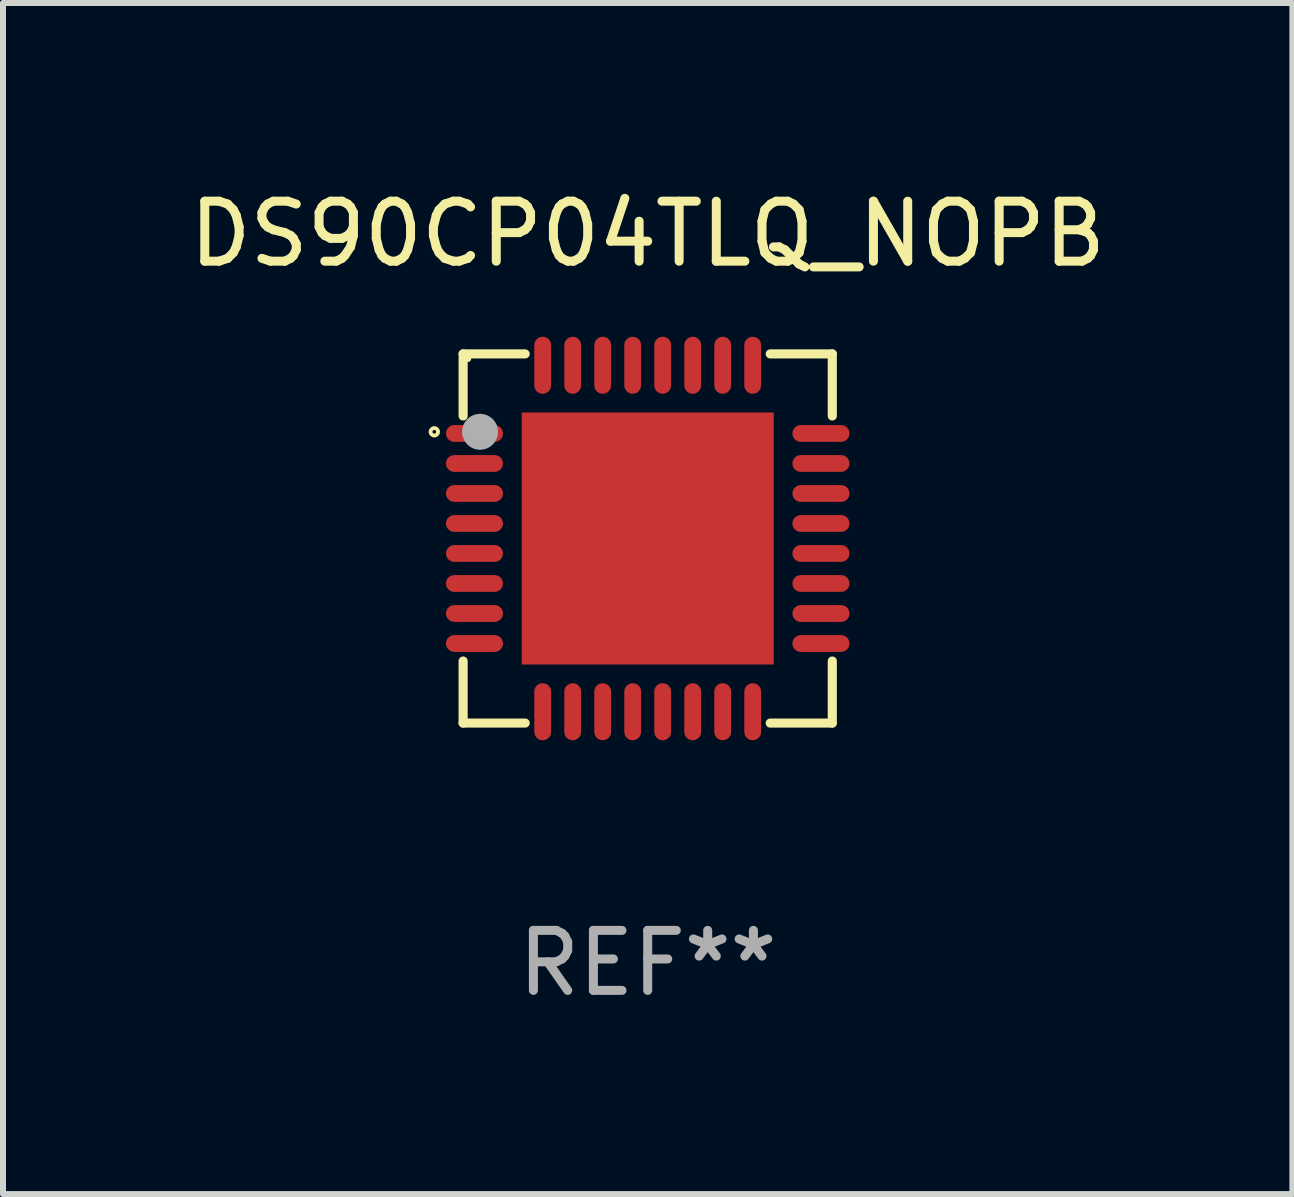
<source format=kicad_pcb>
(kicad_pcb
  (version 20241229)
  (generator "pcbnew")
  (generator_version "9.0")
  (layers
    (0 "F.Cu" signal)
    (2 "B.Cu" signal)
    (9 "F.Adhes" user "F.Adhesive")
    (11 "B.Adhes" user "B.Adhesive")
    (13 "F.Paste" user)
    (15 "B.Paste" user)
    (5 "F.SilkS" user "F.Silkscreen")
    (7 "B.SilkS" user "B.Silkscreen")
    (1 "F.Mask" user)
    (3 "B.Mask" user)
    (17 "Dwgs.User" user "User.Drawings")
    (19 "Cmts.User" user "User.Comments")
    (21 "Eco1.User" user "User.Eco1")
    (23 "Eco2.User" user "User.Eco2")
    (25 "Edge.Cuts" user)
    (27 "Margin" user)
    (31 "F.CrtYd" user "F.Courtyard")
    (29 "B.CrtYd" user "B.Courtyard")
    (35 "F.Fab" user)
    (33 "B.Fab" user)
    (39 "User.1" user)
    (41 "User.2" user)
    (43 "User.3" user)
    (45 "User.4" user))
  (footprint "DS90CP04TLQ_NOPB"
    (layer "F.Cu")
    (at 7.744 5.924)
    (property "Reference" "DS90CP04TLQ_NOPB" (at 0 -5.076 0) (layer "F.SilkS") (effects (font (size 1 1) (thickness 0.15))))
    (attr through_hole)
    (fp_line (start -3.076 -3.076) (end -2.042 -3.076) (stroke (width 0.152) (type solid)) (layer "F.SilkS"))
    (fp_line (start -3.076 -2.042) (end -3.076 -3.076) (stroke (width 0.152) (type solid)) (layer "F.SilkS"))
    (fp_line (start -3.076 2.042) (end -3.076 3.076) (stroke (width 0.152) (type solid)) (layer "F.SilkS"))
    (fp_line (start -3.076 3.076) (end -2.042 3.076) (stroke (width 0.152) (type solid)) (layer "F.SilkS"))
    (fp_line (start 3.076 -3.076) (end 2.042 -3.076) (stroke (width 0.152) (type solid)) (layer "F.SilkS"))
    (fp_line (start 3.076 -2.042) (end 3.076 -3.076) (stroke (width 0.152) (type solid)) (layer "F.SilkS"))
    (fp_line (start 3.076 2.042) (end 3.076 3.076) (stroke (width 0.152) (type solid)) (layer "F.SilkS"))
    (fp_line (start 3.076 3.076) (end 2.042 3.076) (stroke (width 0.152) (type solid)) (layer "F.SilkS"))
    (fp_circle (center -3.556 -1.778) (end -3.525 -1.778) (stroke (width 0.063) (type solid)) (fill no) (layer "F.SilkS"))
    (fp_circle (center -3 -3) (end -2.97 -3) (stroke (width 0.06) (type solid)) (fill no) (layer "F.SilkS"))
    (fp_circle (center -2.794 -1.778) (end -2.644 -1.778) (stroke (width 0.3) (type solid)) (fill no) (layer "F.Fab"))
    (fp_text user "REF**" (at 0 7.076 0) (layer "F.Fab") (effects (font (size 1 1) (thickness 0.15))))
    (pad "1" smd oval (at -2.887 -1.75) (size 0.95 0.28) (layers "F.Cu" "F.Mask" "F.Paste"))
    (pad "2" smd oval (at -2.887 -1.25) (size 0.95 0.28) (layers "F.Cu" "F.Mask" "F.Paste"))
    (pad "3" smd oval (at -2.887 -0.75) (size 0.95 0.28) (layers "F.Cu" "F.Mask" "F.Paste"))
    (pad "4" smd oval (at -2.887 -0.25) (size 0.95 0.28) (layers "F.Cu" "F.Mask" "F.Paste"))
    (pad "5" smd oval (at -2.887 0.25) (size 0.95 0.28) (layers "F.Cu" "F.Mask" "F.Paste"))
    (pad "6" smd oval (at -2.887 0.75) (size 0.95 0.28) (layers "F.Cu" "F.Mask" "F.Paste"))
    (pad "7" smd oval (at -2.887 1.25) (size 0.95 0.28) (layers "F.Cu" "F.Mask" "F.Paste"))
    (pad "8" smd oval (at -2.887 1.75) (size 0.95 0.28) (layers "F.Cu" "F.Mask" "F.Paste"))
    (pad "9" smd oval (at -1.75 2.887) (size 0.28 0.95) (layers "F.Cu" "F.Mask" "F.Paste"))
    (pad "10" smd oval (at -1.25 2.887) (size 0.28 0.95) (layers "F.Cu" "F.Mask" "F.Paste"))
    (pad "11" smd oval (at -0.75 2.887) (size 0.28 0.95) (layers "F.Cu" "F.Mask" "F.Paste"))
    (pad "12" smd oval (at -0.25 2.887) (size 0.28 0.95) (layers "F.Cu" "F.Mask" "F.Paste"))
    (pad "13" smd oval (at 0.25 2.887) (size 0.28 0.95) (layers "F.Cu" "F.Mask" "F.Paste"))
    (pad "14" smd oval (at 0.75 2.887) (size 0.28 0.95) (layers "F.Cu" "F.Mask" "F.Paste"))
    (pad "15" smd oval (at 1.25 2.887) (size 0.28 0.95) (layers "F.Cu" "F.Mask" "F.Paste"))
    (pad "16" smd oval (at 1.75 2.887) (size 0.28 0.95) (layers "F.Cu" "F.Mask" "F.Paste"))
    (pad "17" smd oval (at 2.887 1.75) (size 0.95 0.28) (layers "F.Cu" "F.Mask" "F.Paste"))
    (pad "18" smd oval (at 2.887 1.25) (size 0.95 0.28) (layers "F.Cu" "F.Mask" "F.Paste"))
    (pad "19" smd oval (at 2.887 0.75) (size 0.95 0.28) (layers "F.Cu" "F.Mask" "F.Paste"))
    (pad "20" smd oval (at 2.887 0.25) (size 0.95 0.28) (layers "F.Cu" "F.Mask" "F.Paste"))
    (pad "21" smd oval (at 2.887 -0.25) (size 0.95 0.28) (layers "F.Cu" "F.Mask" "F.Paste"))
    (pad "22" smd oval (at 2.887 -0.75) (size 0.95 0.28) (layers "F.Cu" "F.Mask" "F.Paste"))
    (pad "23" smd oval (at 2.887 -1.25) (size 0.95 0.28) (layers "F.Cu" "F.Mask" "F.Paste"))
    (pad "24" smd oval (at 2.887 -1.75) (size 0.95 0.28) (layers "F.Cu" "F.Mask" "F.Paste"))
    (pad "25" smd oval (at 1.75 -2.887) (size 0.28 0.95) (layers "F.Cu" "F.Mask" "F.Paste"))
    (pad "26" smd oval (at 1.25 -2.887) (size 0.28 0.95) (layers "F.Cu" "F.Mask" "F.Paste"))
    (pad "27" smd oval (at 0.75 -2.887) (size 0.28 0.95) (layers "F.Cu" "F.Mask" "F.Paste"))
    (pad "28" smd oval (at 0.25 -2.887) (size 0.28 0.95) (layers "F.Cu" "F.Mask" "F.Paste"))
    (pad "29" smd oval (at -0.25 -2.887) (size 0.28 0.95) (layers "F.Cu" "F.Mask" "F.Paste"))
    (pad "30" smd oval (at -0.75 -2.887) (size 0.28 0.95) (layers "F.Cu" "F.Mask" "F.Paste"))
    (pad "31" smd oval (at -1.25 -2.887) (size 0.28 0.95) (layers "F.Cu" "F.Mask" "F.Paste"))
    (pad "32" smd oval (at -1.75 -2.887) (size 0.28 0.95) (layers "F.Cu" "F.Mask" "F.Paste"))
    (pad "33" smd rect (at 0 0) (size 4.2 4.2) (layers "F.Cu" "F.Mask" "F.Paste")))
  (gr_rect
    (start -3 -3)
    (end 18.488 16.849)
    (stroke (width 0.1) (type default))
    (fill no)
    (layer "Edge.Cuts")))
</source>
